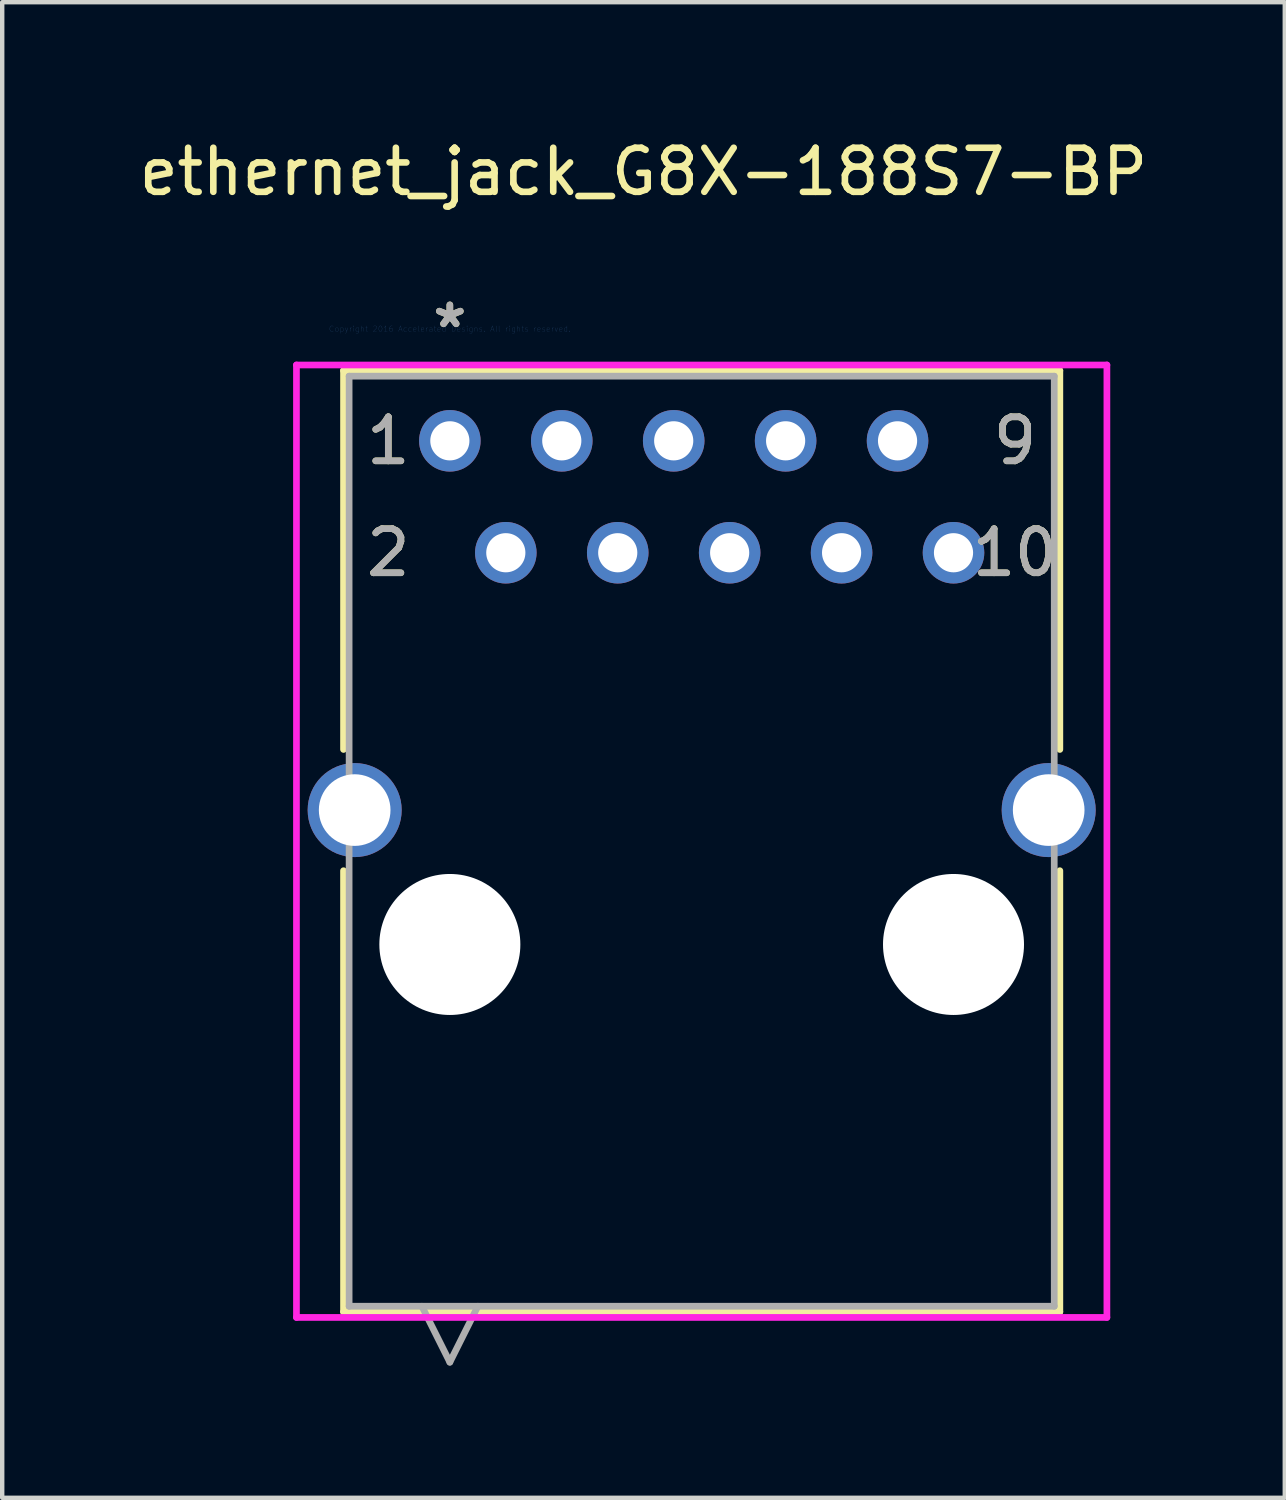
<source format=kicad_pcb>
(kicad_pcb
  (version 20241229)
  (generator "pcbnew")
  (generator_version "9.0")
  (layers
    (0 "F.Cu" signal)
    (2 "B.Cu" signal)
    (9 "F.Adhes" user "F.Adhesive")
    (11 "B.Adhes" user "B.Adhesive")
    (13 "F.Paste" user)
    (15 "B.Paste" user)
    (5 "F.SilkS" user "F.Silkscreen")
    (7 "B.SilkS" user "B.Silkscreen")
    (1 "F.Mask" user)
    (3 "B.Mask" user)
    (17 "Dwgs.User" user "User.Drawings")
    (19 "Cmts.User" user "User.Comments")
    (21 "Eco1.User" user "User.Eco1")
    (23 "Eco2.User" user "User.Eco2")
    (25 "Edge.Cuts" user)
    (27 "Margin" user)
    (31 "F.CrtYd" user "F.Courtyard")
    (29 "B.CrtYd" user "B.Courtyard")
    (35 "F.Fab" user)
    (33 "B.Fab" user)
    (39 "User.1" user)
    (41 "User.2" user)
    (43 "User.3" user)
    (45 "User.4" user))
  (footprint "ethernet_jack_G8X-188S7-BP"
    (layer "F.Cu")
    (at 7.159 4.414)
    (property "Reference" "ethernet_jack_G8X-188S7-BP" (at 4.394 -3.566 0) (layer "F.SilkS") (effects (font (size 1 1) (thickness 0.15))))
    (attr through_hole)
    (fp_line (start -2.413 0.946) (end -2.413 9.544) (stroke (width 0.152) (type solid)) (layer "F.SilkS"))
    (fp_line (start -2.413 12.296) (end -2.413 22.307) (stroke (width 0.152) (type solid)) (layer "F.SilkS"))
    (fp_line (start -2.413 22.307) (end 13.843 22.307) (stroke (width 0.152) (type solid)) (layer "F.SilkS"))
    (fp_line (start 13.843 0.946) (end -2.413 0.946) (stroke (width 0.152) (type solid)) (layer "F.SilkS"))
    (fp_line (start 13.843 9.544) (end 13.843 0.946) (stroke (width 0.152) (type solid)) (layer "F.SilkS"))
    (fp_line (start 13.843 22.307) (end 13.843 12.296) (stroke (width 0.152) (type solid)) (layer "F.SilkS"))
    (fp_line (start -3.481 0.819) (end -3.481 22.434) (stroke (width 0.152) (type solid)) (layer "F.CrtYd"))
    (fp_line (start -3.481 22.434) (end 14.911 22.434) (stroke (width 0.152) (type solid)) (layer "F.CrtYd"))
    (fp_line (start 14.911 0.819) (end -3.481 0.819) (stroke (width 0.152) (type solid)) (layer "F.CrtYd"))
    (fp_line (start 14.911 22.434) (end 14.911 0.819) (stroke (width 0.152) (type solid)) (layer "F.CrtYd"))
    (fp_line (start -2.286 1.073) (end -2.286 22.18) (stroke (width 0.152) (type solid)) (layer "F.Fab"))
    (fp_line (start -2.286 22.18) (end 13.716 22.18) (stroke (width 0.152) (type solid)) (layer "F.Fab"))
    (fp_line (start -0.635 22.18) (end 0 23.45) (stroke (width 0.152) (type solid)) (layer "F.Fab"))
    (fp_line (start 0.635 22.18) (end 0 23.45) (stroke (width 0.152) (type solid)) (layer "F.Fab"))
    (fp_line (start 13.716 1.073) (end -2.286 1.073) (stroke (width 0.152) (type solid)) (layer "F.Fab"))
    (fp_line (start 13.716 22.18) (end 13.716 1.073) (stroke (width 0.152) (type solid)) (layer "F.Fab"))
    (fp_text user "2" (at -1.397 5.08 0) (layer "F.SilkS") (effects (font (size 1 1) (thickness 0.15))))
    (fp_text user "*" (at 0 0 0) (layer "F.SilkS") (effects (font (size 1 1) (thickness 0.15))))
    (fp_text user "9" (at 12.827 2.54 0) (layer "F.SilkS") (effects (font (size 1 1) (thickness 0.15))))
    (fp_text user "1" (at -1.397 2.54 0) (layer "F.SilkS") (effects (font (size 1 1) (thickness 0.15))))
    (fp_text user "10" (at 12.827 5.08 0) (layer "F.SilkS") (effects (font (size 1 1) (thickness 0.15))))
    (fp_text user "Copyright 2016 Accelerated Designs. All rights reserved." (at 0 0 0) (layer "Cmts.User") (effects (font (size 0.127 0.127) (thickness 0.002))))
    (fp_text user "*" (at 0 0 0) (layer "F.Fab") (effects (font (size 1 1) (thickness 0.15))))
    (fp_text user "10" (at 12.827 5.08 0) (layer "F.Fab") (effects (font (size 1 1) (thickness 0.15))))
    (fp_text user "9" (at 12.827 2.54 0) (layer "F.Fab") (effects (font (size 1 1) (thickness 0.15))))
    (fp_text user "1" (at -1.397 2.54 0) (layer "F.Fab") (effects (font (size 1 1) (thickness 0.15))))
    (fp_text user "2" (at -1.397 5.08 0) (layer "F.Fab") (effects (font (size 1 1) (thickness 0.15))))
    (pad "" np_thru_hole circle (at 0 13.97) (size 3.2 3.2) (drill 3.2) (layers "*.Cu" "*.Mask"))
    (pad "" np_thru_hole circle (at 11.43 13.97) (size 3.2 3.2) (drill 3.2) (layers "*.Cu" "*.Mask"))
    (pad "1" thru_hole circle (at 0 2.54) (size 1.397 1.397) (drill 0.889) (layers "*.Cu" "*.Mask"))
    (pad "2" thru_hole circle (at 1.27 5.08) (size 1.397 1.397) (drill 0.889) (layers "*.Cu" "*.Mask"))
    (pad "3" thru_hole circle (at 2.54 2.54) (size 1.397 1.397) (drill 0.889) (layers "*.Cu" "*.Mask"))
    (pad "4" thru_hole circle (at 3.81 5.08) (size 1.397 1.397) (drill 0.889) (layers "*.Cu" "*.Mask"))
    (pad "5" thru_hole circle (at 5.08 2.54) (size 1.397 1.397) (drill 0.889) (layers "*.Cu" "*.Mask"))
    (pad "6" thru_hole circle (at 6.35 5.08) (size 1.397 1.397) (drill 0.889) (layers "*.Cu" "*.Mask"))
    (pad "7" thru_hole circle (at 7.62 2.54) (size 1.397 1.397) (drill 0.889) (layers "*.Cu" "*.Mask"))
    (pad "8" thru_hole circle (at 8.89 5.08) (size 1.397 1.397) (drill 0.889) (layers "*.Cu" "*.Mask"))
    (pad "9" thru_hole circle (at 10.16 2.54) (size 1.397 1.397) (drill 0.889) (layers "*.Cu" "*.Mask"))
    (pad "10" thru_hole circle (at 11.43 5.08) (size 1.397 1.397) (drill 0.889) (layers "*.Cu" "*.Mask"))
    (pad "11" thru_hole circle (at -2.16 10.92) (size 2.134 2.134) (drill 1.626) (layers "*.Cu" "*.Mask"))
    (pad "12" thru_hole circle (at 13.59 10.92) (size 2.134 2.134) (drill 1.626) (layers "*.Cu" "*.Mask")))
  (gr_rect
    (start -3 -3)
    (end 26.107 30.941)
    (stroke (width 0.1) (type default))
    (fill no)
    (layer "Edge.Cuts")))
</source>
